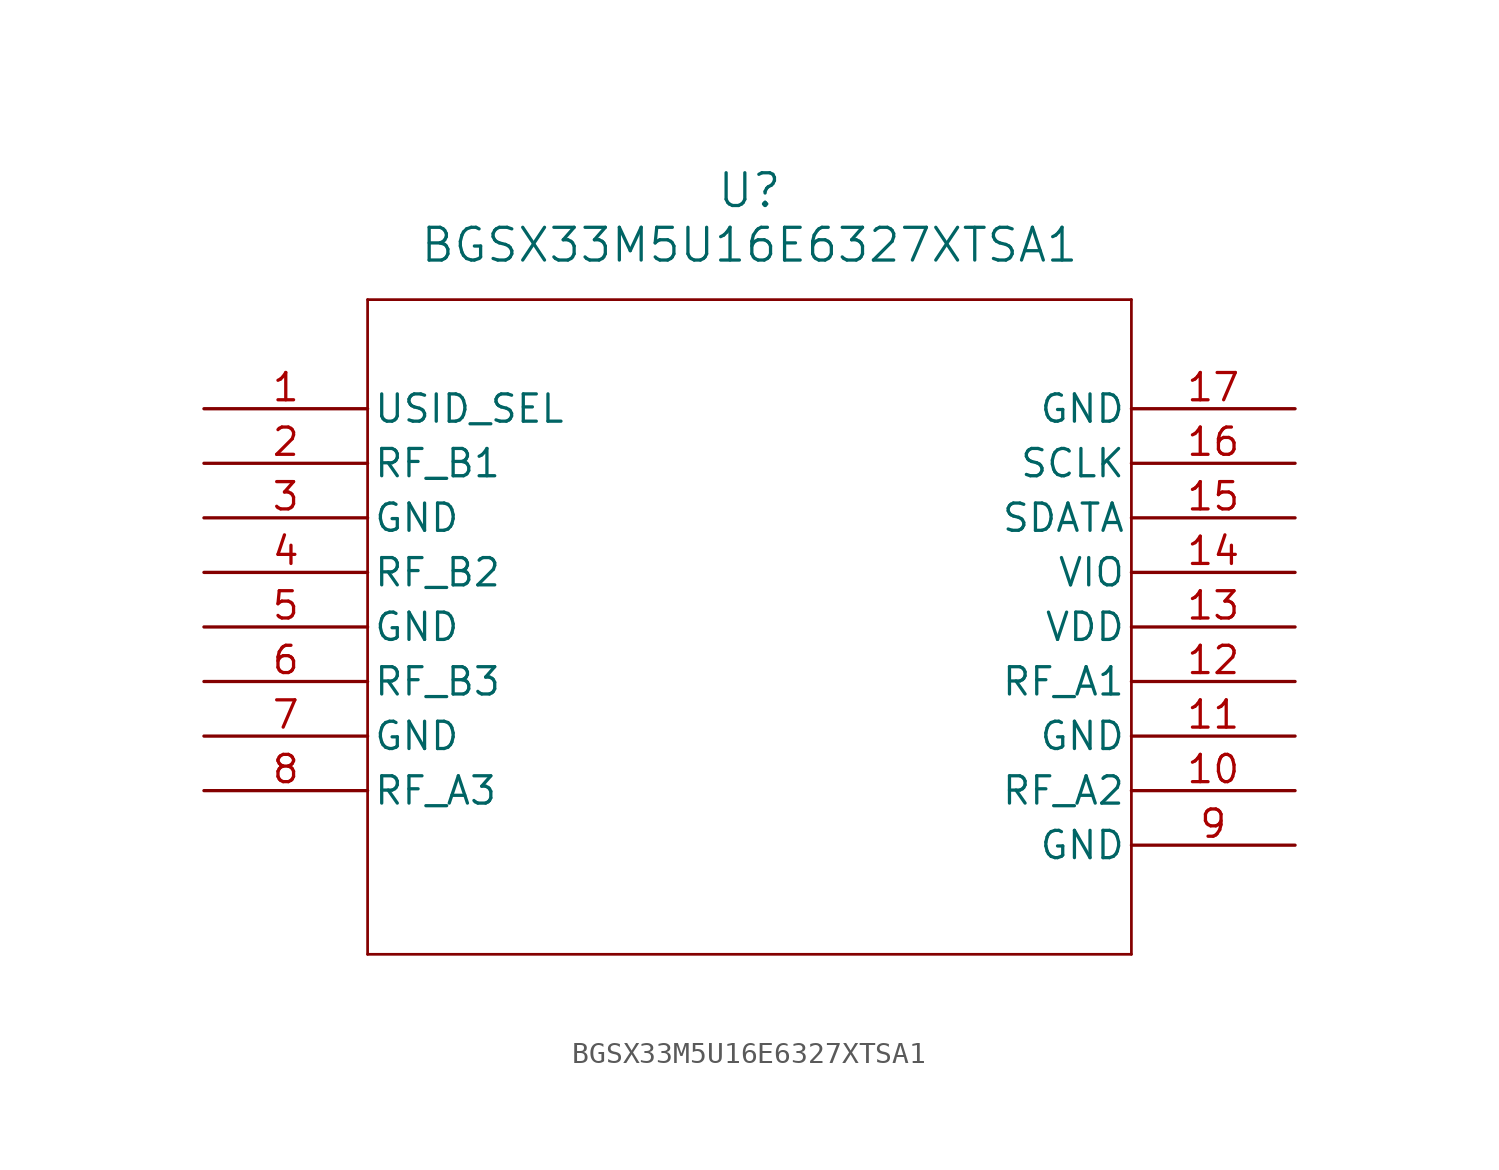
<source format=kicad_sym>
(kicad_symbol_lib
  (version 20211014)
  (generator kicad_symbol_editor)
  (symbol "BGSX33M5U16E6327XTSA1"
    (pin_names
      (offset 0.254))
    (property "Reference" "U"
      (at 25.4 10.16 0)
      (effects (font (size 1.524 1.524))))
    (property "Value" "BGSX33M5U16E6327XTSA1"
      (at 25.4 7.62 0)
      (effects (font (size 1.524 1.524))))
    (polyline
      (pts (xy 7.62 5.08) (xy 7.62 -25.4))
      (stroke (width 0.127) (type default) (color 0 0 0 0))
      (fill (type none)))
    (polyline
      (pts (xy 7.62 -25.4) (xy 43.18 -25.4))
      (stroke (width 0.127) (type default) (color 0 0 0 0))
      (fill (type none)))
    (polyline
      (pts (xy 43.18 -25.4) (xy 43.18 5.08))
      (stroke (width 0.127) (type default) (color 0 0 0 0))
      (fill (type none)))
    (polyline
      (pts (xy 43.18 5.08) (xy 7.62 5.08))
      (stroke (width 0.127) (type default) (color 0 0 0 0))
      (fill (type none)))
    (pin input line
      (at 0 0 0)
      (length 7.62)
      (name "USID_SEL" (effects (font (size 1.27 1.27))))
      (number "1" (effects (font (size 1.27 1.27)))))
    (pin bidirectional line
      (at 0 -2.54 0)
      (length 7.62)
      (name "RF_B1" (effects (font (size 1.27 1.27))))
      (number "2" (effects (font (size 1.27 1.27)))))
    (pin power_in line
      (at 0 -5.08 0)
      (length 7.62)
      (name "GND" (effects (font (size 1.27 1.27))))
      (number "3" (effects (font (size 1.27 1.27)))))
    (pin bidirectional line
      (at 0 -7.62 0)
      (length 7.62)
      (name "RF_B2" (effects (font (size 1.27 1.27))))
      (number "4" (effects (font (size 1.27 1.27)))))
    (pin power_in line
      (at 0 -10.16 0)
      (length 7.62)
      (name "GND" (effects (font (size 1.27 1.27))))
      (number "5" (effects (font (size 1.27 1.27)))))
    (pin bidirectional line
      (at 0 -12.7 0)
      (length 7.62)
      (name "RF_B3" (effects (font (size 1.27 1.27))))
      (number "6" (effects (font (size 1.27 1.27)))))
    (pin power_in line
      (at 0 -15.24 0)
      (length 7.62)
      (name "GND" (effects (font (size 1.27 1.27))))
      (number "7" (effects (font (size 1.27 1.27)))))
    (pin bidirectional line
      (at 0 -17.78 0)
      (length 7.62)
      (name "RF_A3" (effects (font (size 1.27 1.27))))
      (number "8" (effects (font (size 1.27 1.27)))))
    (pin power_in line
      (at 50.8 -20.32 180)
      (length 7.62)
      (name "GND" (effects (font (size 1.27 1.27))))
      (number "9" (effects (font (size 1.27 1.27)))))
    (pin bidirectional line
      (at 50.8 -17.78 180)
      (length 7.62)
      (name "RF_A2" (effects (font (size 1.27 1.27))))
      (number "10" (effects (font (size 1.27 1.27)))))
    (pin power_in line
      (at 50.8 -15.24 180)
      (length 7.62)
      (name "GND" (effects (font (size 1.27 1.27))))
      (number "11" (effects (font (size 1.27 1.27)))))
    (pin bidirectional line
      (at 50.8 -12.7 180)
      (length 7.62)
      (name "RF_A1" (effects (font (size 1.27 1.27))))
      (number "12" (effects (font (size 1.27 1.27)))))
    (pin power_in line
      (at 50.8 -10.16 180)
      (length 7.62)
      (name "VDD" (effects (font (size 1.27 1.27))))
      (number "13" (effects (font (size 1.27 1.27)))))
    (pin power_in line
      (at 50.8 -7.62 180)
      (length 7.62)
      (name "VIO" (effects (font (size 1.27 1.27))))
      (number "14" (effects (font (size 1.27 1.27)))))
    (pin bidirectional line
      (at 50.8 -5.08 180)
      (length 7.62)
      (name "SDATA" (effects (font (size 1.27 1.27))))
      (number "15" (effects (font (size 1.27 1.27)))))
    (pin input line
      (at 50.8 -2.54 180)
      (length 7.62)
      (name "SCLK" (effects (font (size 1.27 1.27))))
      (number "16" (effects (font (size 1.27 1.27)))))
    (pin power_in line
      (at 50.8 0 180)
      (length 7.62)
      (name "GND" (effects (font (size 1.27 1.27))))
      (number "17" (effects (font (size 1.27 1.27)))))))
</source>
